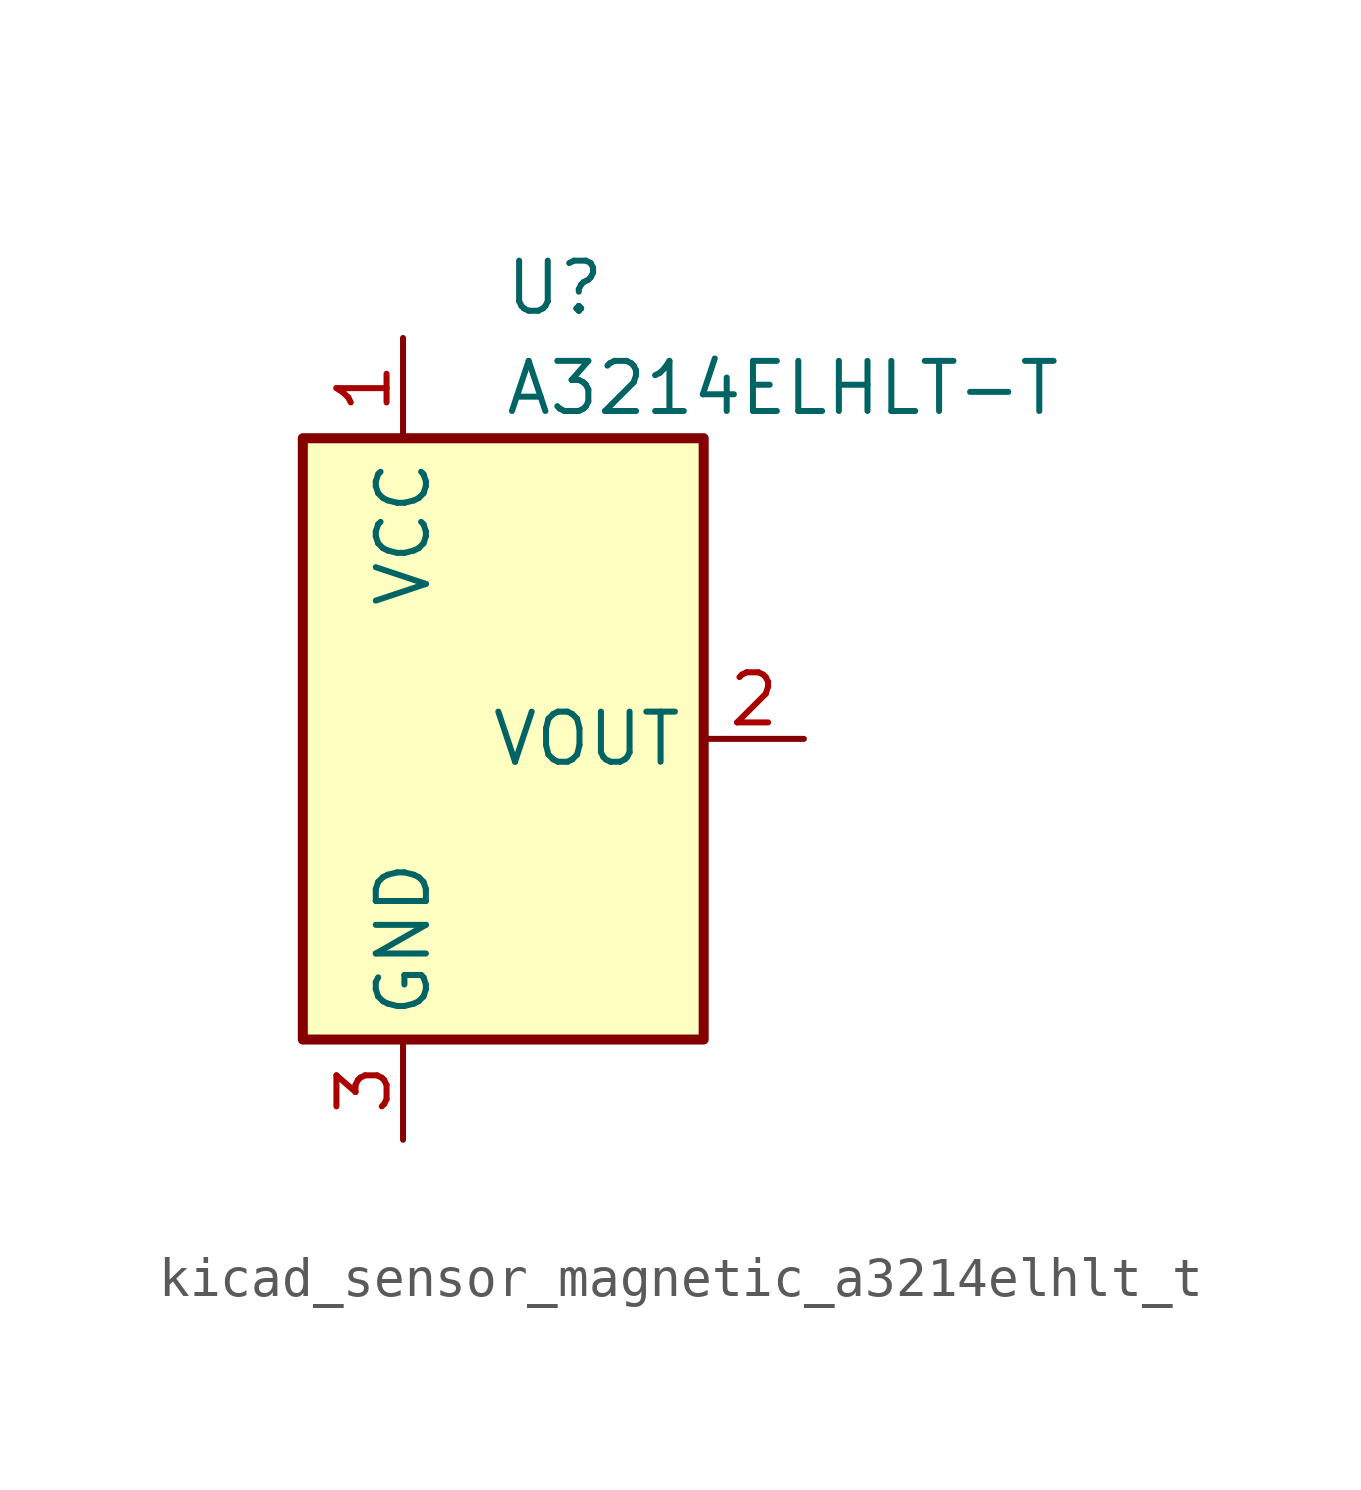
<source format=kicad_sym>
(kicad_symbol_lib
  (version 20220914)
  (generator kicad_symbol_editor)
  (symbol "kicad_sensor_magnetic_a3214elhlt_t"
    (property "Reference" "U"
      (at 0 11.43 0)
      (effects (font (size 1.27 1.27)) (justify left)))
    (property "Value" "A3214ELHLT-T"
      (at 0 8.89 0)
      (effects (font (size 1.27 1.27)) (justify left)))
    (symbol "kicad_sensor_magnetic_a3214elhlt_t_0_1"
      (rectangle (start -5.08 7.62) (end 5.08 -7.62) (stroke (width 0.254) (type default)) (fill (type background))))
    (symbol "kicad_sensor_magnetic_a3214elhlt_t_1_1"
      (pin power_in line (at -2.54 10.16 270) (length 2.54) (name "VCC" (effects (font (size 1.27 1.27)))) (number "1" (effects (font (size 1.27 1.27)))))
      (pin output line (at 7.62 0 180) (length 2.54) (name "VOUT" (effects (font (size 1.27 1.27)))) (number "2" (effects (font (size 1.27 1.27)))))
      (pin power_in line (at -2.54 -10.16 90) (length 2.54) (name "GND" (effects (font (size 1.27 1.27)))) (number "3" (effects (font (size 1.27 1.27))))))))
</source>
